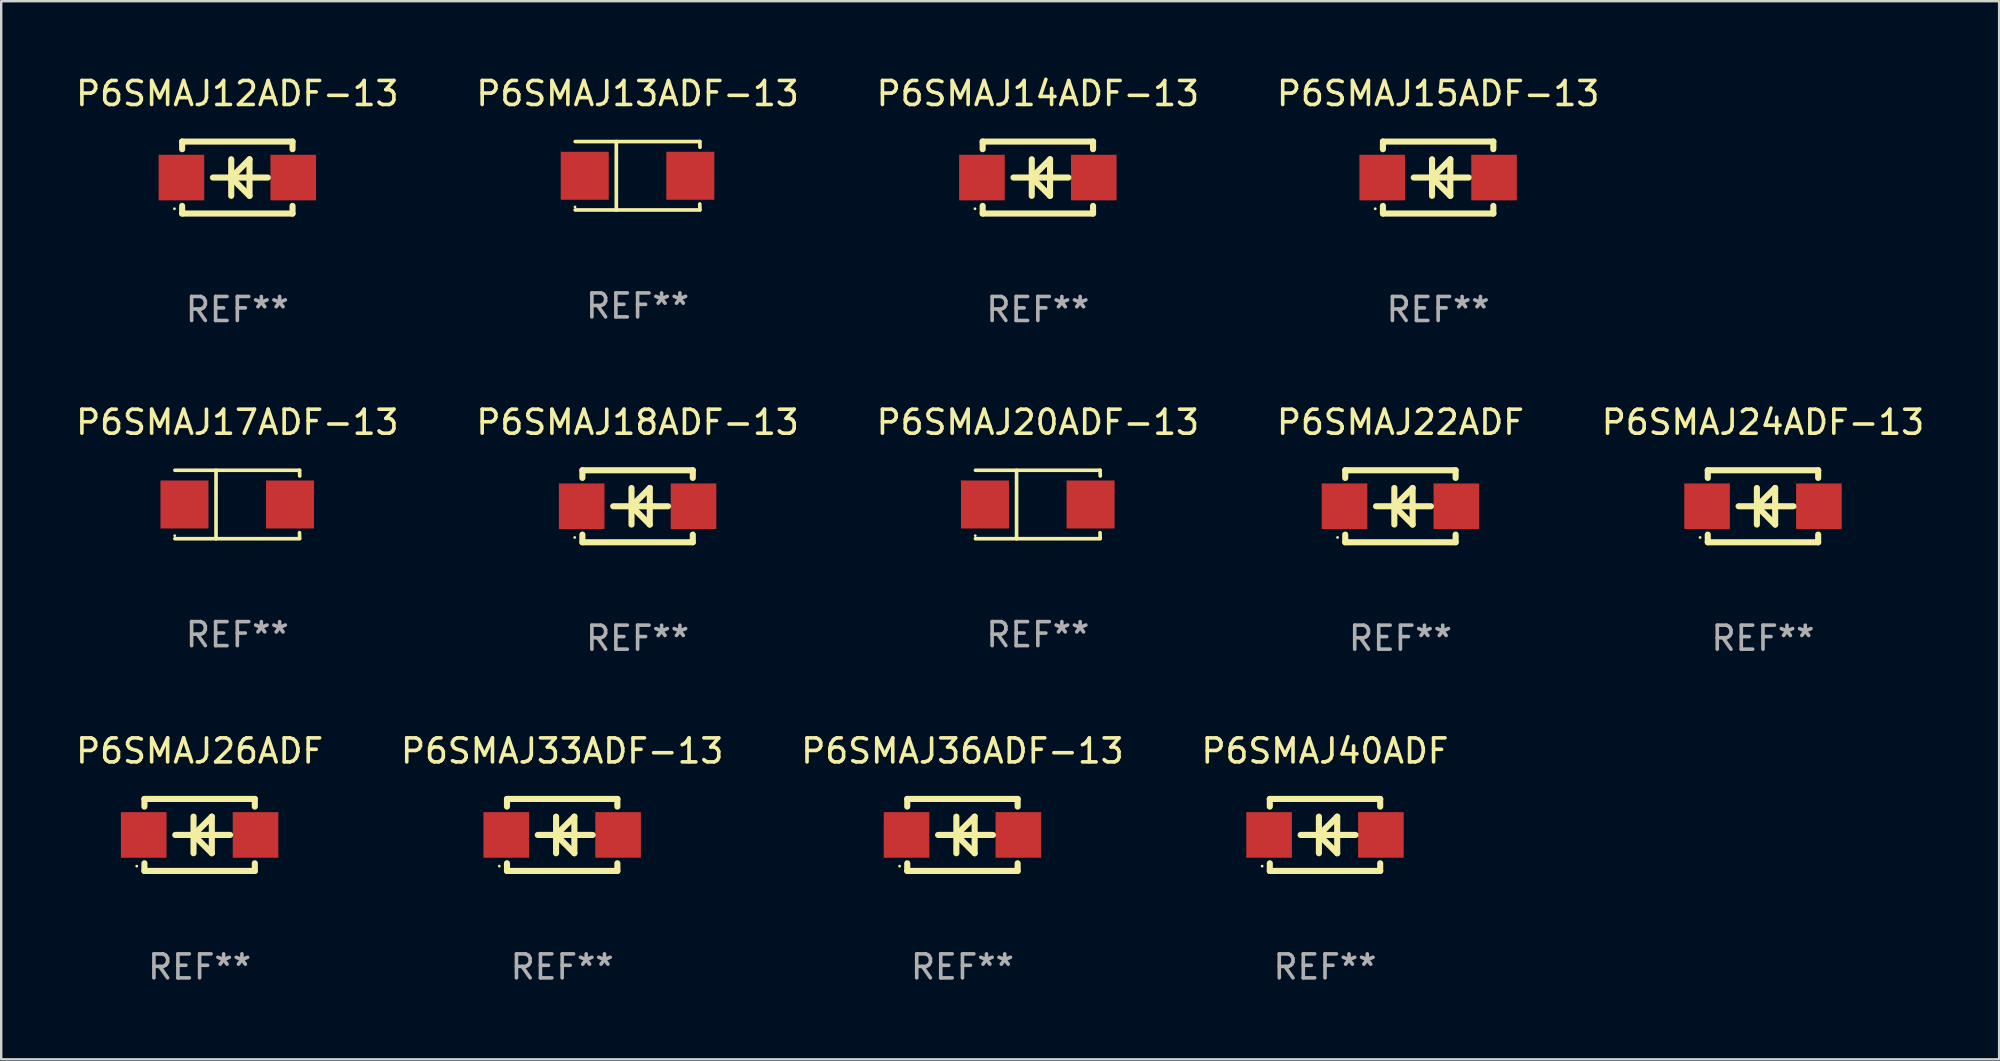
<source format=kicad_pcb>
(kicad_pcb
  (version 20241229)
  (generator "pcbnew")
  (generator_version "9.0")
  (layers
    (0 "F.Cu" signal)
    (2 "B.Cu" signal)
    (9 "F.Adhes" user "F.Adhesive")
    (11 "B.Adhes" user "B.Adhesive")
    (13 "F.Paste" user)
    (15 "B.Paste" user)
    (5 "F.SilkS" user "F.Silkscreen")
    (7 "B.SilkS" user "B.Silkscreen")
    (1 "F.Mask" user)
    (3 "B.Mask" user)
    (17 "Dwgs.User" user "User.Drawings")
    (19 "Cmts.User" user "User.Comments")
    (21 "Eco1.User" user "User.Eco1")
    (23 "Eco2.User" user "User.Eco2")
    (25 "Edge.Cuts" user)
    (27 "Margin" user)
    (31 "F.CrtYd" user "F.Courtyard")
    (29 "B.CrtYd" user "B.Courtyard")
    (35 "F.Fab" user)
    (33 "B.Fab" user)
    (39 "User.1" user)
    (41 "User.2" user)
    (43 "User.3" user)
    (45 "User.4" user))
  (footprint "P6SMAJ14ADF-13"
    (layer "F.Cu")
    (at 40.196 4.348)
    (property "Reference" "P6SMAJ14ADF-13" (at 0 -3.5 0) (layer "F.SilkS") (effects (font (size 1 1) (thickness 0.15))))
    (attr through_hole)
    (fp_line (start -2.3 -1.5) (end -2.3 -1.181) (stroke (width 0.254) (type solid)) (layer "F.SilkS"))
    (fp_line (start -2.3 -1.5) (end 2.3 -1.5) (stroke (width 0.254) (type solid)) (layer "F.SilkS"))
    (fp_line (start -2.3 1.181) (end -2.3 1.5) (stroke (width 0.254) (type solid)) (layer "F.SilkS"))
    (fp_line (start -0.254 0) (end 0.508 0.762) (stroke (width 0.254) (type solid)) (layer "F.SilkS"))
    (fp_line (start -0.254 0.762) (end -0.254 -0.762) (stroke (width 0.254) (type solid)) (layer "F.SilkS"))
    (fp_line (start 0.508 -0.762) (end -0.254 0) (stroke (width 0.254) (type solid)) (layer "F.SilkS"))
    (fp_line (start 0.508 0.762) (end 0.508 -0.762) (stroke (width 0.254) (type solid)) (layer "F.SilkS"))
    (fp_line (start 1.27 0) (end -1.016 0) (stroke (width 0.254) (type solid)) (layer "F.SilkS"))
    (fp_line (start 2.3 -1.5) (end 2.3 -1.181) (stroke (width 0.254) (type solid)) (layer "F.SilkS"))
    (fp_line (start 2.3 1.181) (end 2.3 1.5) (stroke (width 0.254) (type solid)) (layer "F.SilkS"))
    (fp_line (start 2.3 1.5) (end -2.3 1.5) (stroke (width 0.254) (type solid)) (layer "F.SilkS"))
    (fp_circle (center -2.62 1.3) (end -2.59 1.3) (stroke (width 0.06) (type solid)) (fill no) (layer "F.SilkS"))
    (fp_text user "REF**" (at 0 5.5 0) (layer "F.Fab") (effects (font (size 1 1) (thickness 0.15))))
    (pad "1" smd rect (at -2.33 0 270) (size 1.9 1.9) (layers "F.Cu" "F.Mask" "F.Paste"))
    (pad "2" smd rect (at 2.33 0 270) (size 1.9 1.9) (layers "F.Cu" "F.Mask" "F.Paste")))
  (footprint "P6SMAJ36ADF-13"
    (layer "F.Cu")
    (at 37.054 31.741)
    (property "Reference" "P6SMAJ36ADF-13" (at 0 -3.5 0) (layer "F.SilkS") (effects (font (size 1 1) (thickness 0.15))))
    (attr through_hole)
    (fp_line (start -2.3 -1.5) (end -2.3 -1.181) (stroke (width 0.254) (type solid)) (layer "F.SilkS"))
    (fp_line (start -2.3 -1.5) (end 2.3 -1.5) (stroke (width 0.254) (type solid)) (layer "F.SilkS"))
    (fp_line (start -2.3 1.181) (end -2.3 1.5) (stroke (width 0.254) (type solid)) (layer "F.SilkS"))
    (fp_line (start -0.254 0) (end 0.508 0.762) (stroke (width 0.254) (type solid)) (layer "F.SilkS"))
    (fp_line (start -0.254 0.762) (end -0.254 -0.762) (stroke (width 0.254) (type solid)) (layer "F.SilkS"))
    (fp_line (start 0.508 -0.762) (end -0.254 0) (stroke (width 0.254) (type solid)) (layer "F.SilkS"))
    (fp_line (start 0.508 0.762) (end 0.508 -0.762) (stroke (width 0.254) (type solid)) (layer "F.SilkS"))
    (fp_line (start 1.27 0) (end -1.016 0) (stroke (width 0.254) (type solid)) (layer "F.SilkS"))
    (fp_line (start 2.3 -1.5) (end 2.3 -1.181) (stroke (width 0.254) (type solid)) (layer "F.SilkS"))
    (fp_line (start 2.3 1.181) (end 2.3 1.5) (stroke (width 0.254) (type solid)) (layer "F.SilkS"))
    (fp_line (start 2.3 1.5) (end -2.3 1.5) (stroke (width 0.254) (type solid)) (layer "F.SilkS"))
    (fp_circle (center -2.62 1.3) (end -2.59 1.3) (stroke (width 0.06) (type solid)) (fill no) (layer "F.SilkS"))
    (fp_text user "REF**" (at 0 5.5 0) (layer "F.Fab") (effects (font (size 1 1) (thickness 0.15))))
    (pad "1" smd rect (at -2.33 0 270) (size 1.9 1.9) (layers "F.Cu" "F.Mask" "F.Paste"))
    (pad "2" smd rect (at 2.33 0 270) (size 1.9 1.9) (layers "F.Cu" "F.Mask" "F.Paste")))
  (footprint "P6SMAJ33ADF-13"
    (layer "F.Cu")
    (at 20.375 31.741)
    (property "Reference" "P6SMAJ33ADF-13" (at 0 -3.5 0) (layer "F.SilkS") (effects (font (size 1 1) (thickness 0.15))))
    (attr through_hole)
    (fp_line (start -2.3 -1.5) (end -2.3 -1.181) (stroke (width 0.254) (type solid)) (layer "F.SilkS"))
    (fp_line (start -2.3 -1.5) (end 2.3 -1.5) (stroke (width 0.254) (type solid)) (layer "F.SilkS"))
    (fp_line (start -2.3 1.181) (end -2.3 1.5) (stroke (width 0.254) (type solid)) (layer "F.SilkS"))
    (fp_line (start -0.254 0) (end 0.508 0.762) (stroke (width 0.254) (type solid)) (layer "F.SilkS"))
    (fp_line (start -0.254 0.762) (end -0.254 -0.762) (stroke (width 0.254) (type solid)) (layer "F.SilkS"))
    (fp_line (start 0.508 -0.762) (end -0.254 0) (stroke (width 0.254) (type solid)) (layer "F.SilkS"))
    (fp_line (start 0.508 0.762) (end 0.508 -0.762) (stroke (width 0.254) (type solid)) (layer "F.SilkS"))
    (fp_line (start 1.27 0) (end -1.016 0) (stroke (width 0.254) (type solid)) (layer "F.SilkS"))
    (fp_line (start 2.3 -1.5) (end 2.3 -1.181) (stroke (width 0.254) (type solid)) (layer "F.SilkS"))
    (fp_line (start 2.3 1.181) (end 2.3 1.5) (stroke (width 0.254) (type solid)) (layer "F.SilkS"))
    (fp_line (start 2.3 1.5) (end -2.3 1.5) (stroke (width 0.254) (type solid)) (layer "F.SilkS"))
    (fp_circle (center -2.62 1.3) (end -2.59 1.3) (stroke (width 0.06) (type solid)) (fill no) (layer "F.SilkS"))
    (fp_text user "REF**" (at 0 5.5 0) (layer "F.Fab") (effects (font (size 1 1) (thickness 0.15))))
    (pad "1" smd rect (at -2.33 0 270) (size 1.9 1.9) (layers "F.Cu" "F.Mask" "F.Paste"))
    (pad "2" smd rect (at 2.33 0 270) (size 1.9 1.9) (layers "F.Cu" "F.Mask" "F.Paste")))
  (footprint "P6SMAJ17ADF-13"
    (layer "F.Cu")
    (at 6.839 17.971)
    (property "Reference" "P6SMAJ17ADF-13" (at 0 -3.426 0) (layer "F.SilkS") (effects (font (size 1 1) (thickness 0.15))))
    (attr through_hole)
    (fp_line (start -2.6 -1.426) (end 2.593 -1.426) (stroke (width 0.152) (type solid)) (layer "F.SilkS"))
    (fp_line (start -2.6 1.426) (end 2.593 1.426) (stroke (width 0.152) (type solid)) (layer "F.SilkS"))
    (fp_line (start -0.887 -1.426) (end -0.887 1.426) (stroke (width 0.152) (type solid)) (layer "F.SilkS"))
    (fp_line (start 2.59 1.176) (end 2.597 1.415) (stroke (width 0.152) (type solid)) (layer "F.SilkS"))
    (fp_line (start 2.593 -1.426) (end 2.6 -1.187) (stroke (width 0.152) (type solid)) (layer "F.SilkS"))
    (fp_circle (center -2.608 1.3) (end -2.578 1.3) (stroke (width 0.06) (type solid)) (fill no) (layer "F.SilkS"))
    (fp_text user "REF**" (at 0 5.426 0) (layer "F.Fab") (effects (font (size 1 1) (thickness 0.15))))
    (pad "1" smd rect (at -2.203 0 180) (size 2 2) (layers "F.Cu" "F.Mask" "F.Paste"))
    (pad "2" smd rect (at 2.197 0 180) (size 2 2) (layers "F.Cu" "F.Mask" "F.Paste")))
  (footprint "P6SMAJ18ADF-13"
    (layer "F.Cu")
    (at 23.518 18.045)
    (property "Reference" "P6SMAJ18ADF-13" (at 0 -3.5 0) (layer "F.SilkS") (effects (font (size 1 1) (thickness 0.15))))
    (attr through_hole)
    (fp_line (start -2.3 -1.5) (end -2.3 -1.181) (stroke (width 0.254) (type solid)) (layer "F.SilkS"))
    (fp_line (start -2.3 -1.5) (end 2.3 -1.5) (stroke (width 0.254) (type solid)) (layer "F.SilkS"))
    (fp_line (start -2.3 1.181) (end -2.3 1.5) (stroke (width 0.254) (type solid)) (layer "F.SilkS"))
    (fp_line (start -0.254 0) (end 0.508 0.762) (stroke (width 0.254) (type solid)) (layer "F.SilkS"))
    (fp_line (start -0.254 0.762) (end -0.254 -0.762) (stroke (width 0.254) (type solid)) (layer "F.SilkS"))
    (fp_line (start 0.508 -0.762) (end -0.254 0) (stroke (width 0.254) (type solid)) (layer "F.SilkS"))
    (fp_line (start 0.508 0.762) (end 0.508 -0.762) (stroke (width 0.254) (type solid)) (layer "F.SilkS"))
    (fp_line (start 1.27 0) (end -1.016 0) (stroke (width 0.254) (type solid)) (layer "F.SilkS"))
    (fp_line (start 2.3 -1.5) (end 2.3 -1.181) (stroke (width 0.254) (type solid)) (layer "F.SilkS"))
    (fp_line (start 2.3 1.181) (end 2.3 1.5) (stroke (width 0.254) (type solid)) (layer "F.SilkS"))
    (fp_line (start 2.3 1.5) (end -2.3 1.5) (stroke (width 0.254) (type solid)) (layer "F.SilkS"))
    (fp_circle (center -2.62 1.3) (end -2.59 1.3) (stroke (width 0.06) (type solid)) (fill no) (layer "F.SilkS"))
    (fp_text user "REF**" (at 0 5.5 0) (layer "F.Fab") (effects (font (size 1 1) (thickness 0.15))))
    (pad "1" smd rect (at -2.33 0 270) (size 1.9 1.9) (layers "F.Cu" "F.Mask" "F.Paste"))
    (pad "2" smd rect (at 2.33 0 270) (size 1.9 1.9) (layers "F.Cu" "F.Mask" "F.Paste")))
  (footprint "P6SMAJ20ADF-13"
    (layer "F.Cu")
    (at 40.196 17.971)
    (property "Reference" "P6SMAJ20ADF-13" (at 0 -3.426 0) (layer "F.SilkS") (effects (font (size 1 1) (thickness 0.15))))
    (attr through_hole)
    (fp_line (start -2.6 -1.426) (end 2.593 -1.426) (stroke (width 0.152) (type solid)) (layer "F.SilkS"))
    (fp_line (start -2.6 1.426) (end 2.593 1.426) (stroke (width 0.152) (type solid)) (layer "F.SilkS"))
    (fp_line (start -0.887 -1.426) (end -0.887 1.426) (stroke (width 0.152) (type solid)) (layer "F.SilkS"))
    (fp_line (start 2.59 1.176) (end 2.597 1.415) (stroke (width 0.152) (type solid)) (layer "F.SilkS"))
    (fp_line (start 2.593 -1.426) (end 2.6 -1.187) (stroke (width 0.152) (type solid)) (layer "F.SilkS"))
    (fp_circle (center -2.608 1.3) (end -2.578 1.3) (stroke (width 0.06) (type solid)) (fill no) (layer "F.SilkS"))
    (fp_text user "REF**" (at 0 5.426 0) (layer "F.Fab") (effects (font (size 1 1) (thickness 0.15))))
    (pad "1" smd rect (at -2.203 0 180) (size 2 2) (layers "F.Cu" "F.Mask" "F.Paste"))
    (pad "2" smd rect (at 2.197 0 180) (size 2 2) (layers "F.Cu" "F.Mask" "F.Paste")))
  (footprint "P6SMAJ24ADF-13"
    (layer "F.Cu")
    (at 70.411 18.045)
    (property "Reference" "P6SMAJ24ADF-13" (at 0 -3.5 0) (layer "F.SilkS") (effects (font (size 1 1) (thickness 0.15))))
    (attr through_hole)
    (fp_line (start -2.3 -1.5) (end -2.3 -1.181) (stroke (width 0.254) (type solid)) (layer "F.SilkS"))
    (fp_line (start -2.3 -1.5) (end 2.3 -1.5) (stroke (width 0.254) (type solid)) (layer "F.SilkS"))
    (fp_line (start -2.3 1.181) (end -2.3 1.5) (stroke (width 0.254) (type solid)) (layer "F.SilkS"))
    (fp_line (start -0.254 0) (end 0.508 0.762) (stroke (width 0.254) (type solid)) (layer "F.SilkS"))
    (fp_line (start -0.254 0.762) (end -0.254 -0.762) (stroke (width 0.254) (type solid)) (layer "F.SilkS"))
    (fp_line (start 0.508 -0.762) (end -0.254 0) (stroke (width 0.254) (type solid)) (layer "F.SilkS"))
    (fp_line (start 0.508 0.762) (end 0.508 -0.762) (stroke (width 0.254) (type solid)) (layer "F.SilkS"))
    (fp_line (start 1.27 0) (end -1.016 0) (stroke (width 0.254) (type solid)) (layer "F.SilkS"))
    (fp_line (start 2.3 -1.5) (end 2.3 -1.181) (stroke (width 0.254) (type solid)) (layer "F.SilkS"))
    (fp_line (start 2.3 1.181) (end 2.3 1.5) (stroke (width 0.254) (type solid)) (layer "F.SilkS"))
    (fp_line (start 2.3 1.5) (end -2.3 1.5) (stroke (width 0.254) (type solid)) (layer "F.SilkS"))
    (fp_circle (center -2.62 1.3) (end -2.59 1.3) (stroke (width 0.06) (type solid)) (fill no) (layer "F.SilkS"))
    (fp_text user "REF**" (at 0 5.5 0) (layer "F.Fab") (effects (font (size 1 1) (thickness 0.15))))
    (pad "1" smd rect (at -2.33 0 270) (size 1.9 1.9) (layers "F.Cu" "F.Mask" "F.Paste"))
    (pad "2" smd rect (at 2.33 0 270) (size 1.9 1.9) (layers "F.Cu" "F.Mask" "F.Paste")))
  (footprint "P6SMAJ15ADF-13"
    (layer "F.Cu")
    (at 56.875 4.348)
    (property "Reference" "P6SMAJ15ADF-13" (at 0 -3.5 0) (layer "F.SilkS") (effects (font (size 1 1) (thickness 0.15))))
    (attr through_hole)
    (fp_line (start -2.3 -1.5) (end -2.3 -1.181) (stroke (width 0.254) (type solid)) (layer "F.SilkS"))
    (fp_line (start -2.3 -1.5) (end 2.3 -1.5) (stroke (width 0.254) (type solid)) (layer "F.SilkS"))
    (fp_line (start -2.3 1.181) (end -2.3 1.5) (stroke (width 0.254) (type solid)) (layer "F.SilkS"))
    (fp_line (start -0.254 0) (end 0.508 0.762) (stroke (width 0.254) (type solid)) (layer "F.SilkS"))
    (fp_line (start -0.254 0.762) (end -0.254 -0.762) (stroke (width 0.254) (type solid)) (layer "F.SilkS"))
    (fp_line (start 0.508 -0.762) (end -0.254 0) (stroke (width 0.254) (type solid)) (layer "F.SilkS"))
    (fp_line (start 0.508 0.762) (end 0.508 -0.762) (stroke (width 0.254) (type solid)) (layer "F.SilkS"))
    (fp_line (start 1.27 0) (end -1.016 0) (stroke (width 0.254) (type solid)) (layer "F.SilkS"))
    (fp_line (start 2.3 -1.5) (end 2.3 -1.181) (stroke (width 0.254) (type solid)) (layer "F.SilkS"))
    (fp_line (start 2.3 1.181) (end 2.3 1.5) (stroke (width 0.254) (type solid)) (layer "F.SilkS"))
    (fp_line (start 2.3 1.5) (end -2.3 1.5) (stroke (width 0.254) (type solid)) (layer "F.SilkS"))
    (fp_circle (center -2.62 1.3) (end -2.59 1.3) (stroke (width 0.06) (type solid)) (fill no) (layer "F.SilkS"))
    (fp_text user "REF**" (at 0 5.5 0) (layer "F.Fab") (effects (font (size 1 1) (thickness 0.15))))
    (pad "1" smd rect (at -2.33 0 270) (size 1.9 1.9) (layers "F.Cu" "F.Mask" "F.Paste"))
    (pad "2" smd rect (at 2.33 0 270) (size 1.9 1.9) (layers "F.Cu" "F.Mask" "F.Paste")))
  (footprint "P6SMAJ22ADF"
    (layer "F.Cu")
    (at 55.304 18.045)
    (property "Reference" "P6SMAJ22ADF" (at 0 -3.5 0) (layer "F.SilkS") (effects (font (size 1 1) (thickness 0.15))))
    (attr through_hole)
    (fp_line (start -2.3 -1.5) (end -2.3 -1.181) (stroke (width 0.254) (type solid)) (layer "F.SilkS"))
    (fp_line (start -2.3 -1.5) (end 2.3 -1.5) (stroke (width 0.254) (type solid)) (layer "F.SilkS"))
    (fp_line (start -2.3 1.181) (end -2.3 1.5) (stroke (width 0.254) (type solid)) (layer "F.SilkS"))
    (fp_line (start -0.254 0) (end 0.508 0.762) (stroke (width 0.254) (type solid)) (layer "F.SilkS"))
    (fp_line (start -0.254 0.762) (end -0.254 -0.762) (stroke (width 0.254) (type solid)) (layer "F.SilkS"))
    (fp_line (start 0.508 -0.762) (end -0.254 0) (stroke (width 0.254) (type solid)) (layer "F.SilkS"))
    (fp_line (start 0.508 0.762) (end 0.508 -0.762) (stroke (width 0.254) (type solid)) (layer "F.SilkS"))
    (fp_line (start 1.27 0) (end -1.016 0) (stroke (width 0.254) (type solid)) (layer "F.SilkS"))
    (fp_line (start 2.3 -1.5) (end 2.3 -1.181) (stroke (width 0.254) (type solid)) (layer "F.SilkS"))
    (fp_line (start 2.3 1.181) (end 2.3 1.5) (stroke (width 0.254) (type solid)) (layer "F.SilkS"))
    (fp_line (start 2.3 1.5) (end -2.3 1.5) (stroke (width 0.254) (type solid)) (layer "F.SilkS"))
    (fp_circle (center -2.62 1.3) (end -2.59 1.3) (stroke (width 0.06) (type solid)) (fill no) (layer "F.SilkS"))
    (fp_text user "REF**" (at 0 5.5 0) (layer "F.Fab") (effects (font (size 1 1) (thickness 0.15))))
    (pad "1" smd rect (at -2.33 0 270) (size 1.9 1.9) (layers "F.Cu" "F.Mask" "F.Paste"))
    (pad "2" smd rect (at 2.33 0 270) (size 1.9 1.9) (layers "F.Cu" "F.Mask" "F.Paste")))
  (footprint "P6SMAJ13ADF-13"
    (layer "F.Cu")
    (at 23.518 4.274)
    (property "Reference" "P6SMAJ13ADF-13" (at 0 -3.426 0) (layer "F.SilkS") (effects (font (size 1 1) (thickness 0.15))))
    (attr through_hole)
    (fp_line (start -2.6 -1.426) (end 2.593 -1.426) (stroke (width 0.152) (type solid)) (layer "F.SilkS"))
    (fp_line (start -2.6 1.426) (end 2.593 1.426) (stroke (width 0.152) (type solid)) (layer "F.SilkS"))
    (fp_line (start -0.887 -1.426) (end -0.887 1.426) (stroke (width 0.152) (type solid)) (layer "F.SilkS"))
    (fp_line (start 2.59 1.176) (end 2.597 1.415) (stroke (width 0.152) (type solid)) (layer "F.SilkS"))
    (fp_line (start 2.593 -1.426) (end 2.6 -1.187) (stroke (width 0.152) (type solid)) (layer "F.SilkS"))
    (fp_circle (center -2.608 1.3) (end -2.578 1.3) (stroke (width 0.06) (type solid)) (fill no) (layer "F.SilkS"))
    (fp_text user "REF**" (at 0 5.426 0) (layer "F.Fab") (effects (font (size 1 1) (thickness 0.15))))
    (pad "1" smd rect (at -2.203 0 180) (size 2 2) (layers "F.Cu" "F.Mask" "F.Paste"))
    (pad "2" smd rect (at 2.197 0 180) (size 2 2) (layers "F.Cu" "F.Mask" "F.Paste")))
  (footprint "P6SMAJ12ADF-13"
    (layer "F.Cu")
    (at 6.839 4.348)
    (property "Reference" "P6SMAJ12ADF-13" (at 0 -3.5 0) (layer "F.SilkS") (effects (font (size 1 1) (thickness 0.15))))
    (attr through_hole)
    (fp_line (start -2.3 -1.5) (end -2.3 -1.181) (stroke (width 0.254) (type solid)) (layer "F.SilkS"))
    (fp_line (start -2.3 -1.5) (end 2.3 -1.5) (stroke (width 0.254) (type solid)) (layer "F.SilkS"))
    (fp_line (start -2.3 1.181) (end -2.3 1.5) (stroke (width 0.254) (type solid)) (layer "F.SilkS"))
    (fp_line (start -0.254 0) (end 0.508 0.762) (stroke (width 0.254) (type solid)) (layer "F.SilkS"))
    (fp_line (start -0.254 0.762) (end -0.254 -0.762) (stroke (width 0.254) (type solid)) (layer "F.SilkS"))
    (fp_line (start 0.508 -0.762) (end -0.254 0) (stroke (width 0.254) (type solid)) (layer "F.SilkS"))
    (fp_line (start 0.508 0.762) (end 0.508 -0.762) (stroke (width 0.254) (type solid)) (layer "F.SilkS"))
    (fp_line (start 1.27 0) (end -1.016 0) (stroke (width 0.254) (type solid)) (layer "F.SilkS"))
    (fp_line (start 2.3 -1.5) (end 2.3 -1.181) (stroke (width 0.254) (type solid)) (layer "F.SilkS"))
    (fp_line (start 2.3 1.181) (end 2.3 1.5) (stroke (width 0.254) (type solid)) (layer "F.SilkS"))
    (fp_line (start 2.3 1.5) (end -2.3 1.5) (stroke (width 0.254) (type solid)) (layer "F.SilkS"))
    (fp_circle (center -2.62 1.3) (end -2.59 1.3) (stroke (width 0.06) (type solid)) (fill no) (layer "F.SilkS"))
    (fp_text user "REF**" (at 0 5.5 0) (layer "F.Fab") (effects (font (size 1 1) (thickness 0.15))))
    (pad "1" smd rect (at -2.33 0 270) (size 1.9 1.9) (layers "F.Cu" "F.Mask" "F.Paste"))
    (pad "2" smd rect (at 2.33 0 270) (size 1.9 1.9) (layers "F.Cu" "F.Mask" "F.Paste")))
  (footprint "P6SMAJ26ADF"
    (layer "F.Cu")
    (at 5.268 31.741)
    (property "Reference" "P6SMAJ26ADF" (at 0 -3.5 0) (layer "F.SilkS") (effects (font (size 1 1) (thickness 0.15))))
    (attr through_hole)
    (fp_line (start -2.3 -1.5) (end -2.3 -1.181) (stroke (width 0.254) (type solid)) (layer "F.SilkS"))
    (fp_line (start -2.3 -1.5) (end 2.3 -1.5) (stroke (width 0.254) (type solid)) (layer "F.SilkS"))
    (fp_line (start -2.3 1.181) (end -2.3 1.5) (stroke (width 0.254) (type solid)) (layer "F.SilkS"))
    (fp_line (start -0.254 0) (end 0.508 0.762) (stroke (width 0.254) (type solid)) (layer "F.SilkS"))
    (fp_line (start -0.254 0.762) (end -0.254 -0.762) (stroke (width 0.254) (type solid)) (layer "F.SilkS"))
    (fp_line (start 0.508 -0.762) (end -0.254 0) (stroke (width 0.254) (type solid)) (layer "F.SilkS"))
    (fp_line (start 0.508 0.762) (end 0.508 -0.762) (stroke (width 0.254) (type solid)) (layer "F.SilkS"))
    (fp_line (start 1.27 0) (end -1.016 0) (stroke (width 0.254) (type solid)) (layer "F.SilkS"))
    (fp_line (start 2.3 -1.5) (end 2.3 -1.181) (stroke (width 0.254) (type solid)) (layer "F.SilkS"))
    (fp_line (start 2.3 1.181) (end 2.3 1.5) (stroke (width 0.254) (type solid)) (layer "F.SilkS"))
    (fp_line (start 2.3 1.5) (end -2.3 1.5) (stroke (width 0.254) (type solid)) (layer "F.SilkS"))
    (fp_circle (center -2.62 1.3) (end -2.59 1.3) (stroke (width 0.06) (type solid)) (fill no) (layer "F.SilkS"))
    (fp_text user "REF**" (at 0 5.5 0) (layer "F.Fab") (effects (font (size 1 1) (thickness 0.15))))
    (pad "1" smd rect (at -2.33 0 270) (size 1.9 1.9) (layers "F.Cu" "F.Mask" "F.Paste"))
    (pad "2" smd rect (at 2.33 0 270) (size 1.9 1.9) (layers "F.Cu" "F.Mask" "F.Paste")))
  (footprint "P6SMAJ40ADF"
    (layer "F.Cu")
    (at 52.161 31.741)
    (property "Reference" "P6SMAJ40ADF" (at 0 -3.5 0) (layer "F.SilkS") (effects (font (size 1 1) (thickness 0.15))))
    (attr through_hole)
    (fp_line (start -2.3 -1.5) (end -2.3 -1.181) (stroke (width 0.254) (type solid)) (layer "F.SilkS"))
    (fp_line (start -2.3 -1.5) (end 2.3 -1.5) (stroke (width 0.254) (type solid)) (layer "F.SilkS"))
    (fp_line (start -2.3 1.181) (end -2.3 1.5) (stroke (width 0.254) (type solid)) (layer "F.SilkS"))
    (fp_line (start -0.254 0) (end 0.508 0.762) (stroke (width 0.254) (type solid)) (layer "F.SilkS"))
    (fp_line (start -0.254 0.762) (end -0.254 -0.762) (stroke (width 0.254) (type solid)) (layer "F.SilkS"))
    (fp_line (start 0.508 -0.762) (end -0.254 0) (stroke (width 0.254) (type solid)) (layer "F.SilkS"))
    (fp_line (start 0.508 0.762) (end 0.508 -0.762) (stroke (width 0.254) (type solid)) (layer "F.SilkS"))
    (fp_line (start 1.27 0) (end -1.016 0) (stroke (width 0.254) (type solid)) (layer "F.SilkS"))
    (fp_line (start 2.3 -1.5) (end 2.3 -1.181) (stroke (width 0.254) (type solid)) (layer "F.SilkS"))
    (fp_line (start 2.3 1.181) (end 2.3 1.5) (stroke (width 0.254) (type solid)) (layer "F.SilkS"))
    (fp_line (start 2.3 1.5) (end -2.3 1.5) (stroke (width 0.254) (type solid)) (layer "F.SilkS"))
    (fp_circle (center -2.62 1.3) (end -2.59 1.3) (stroke (width 0.06) (type solid)) (fill no) (layer "F.SilkS"))
    (fp_text user "REF**" (at 0 5.5 0) (layer "F.Fab") (effects (font (size 1 1) (thickness 0.15))))
    (pad "1" smd rect (at -2.33 0 270) (size 1.9 1.9) (layers "F.Cu" "F.Mask" "F.Paste"))
    (pad "2" smd rect (at 2.33 0 270) (size 1.9 1.9) (layers "F.Cu" "F.Mask" "F.Paste")))
  (gr_rect
    (start -3 -3)
    (end 80.25 41.09)
    (stroke (width 0.1) (type default))
    (fill no)
    (layer "Edge.Cuts")))
</source>
